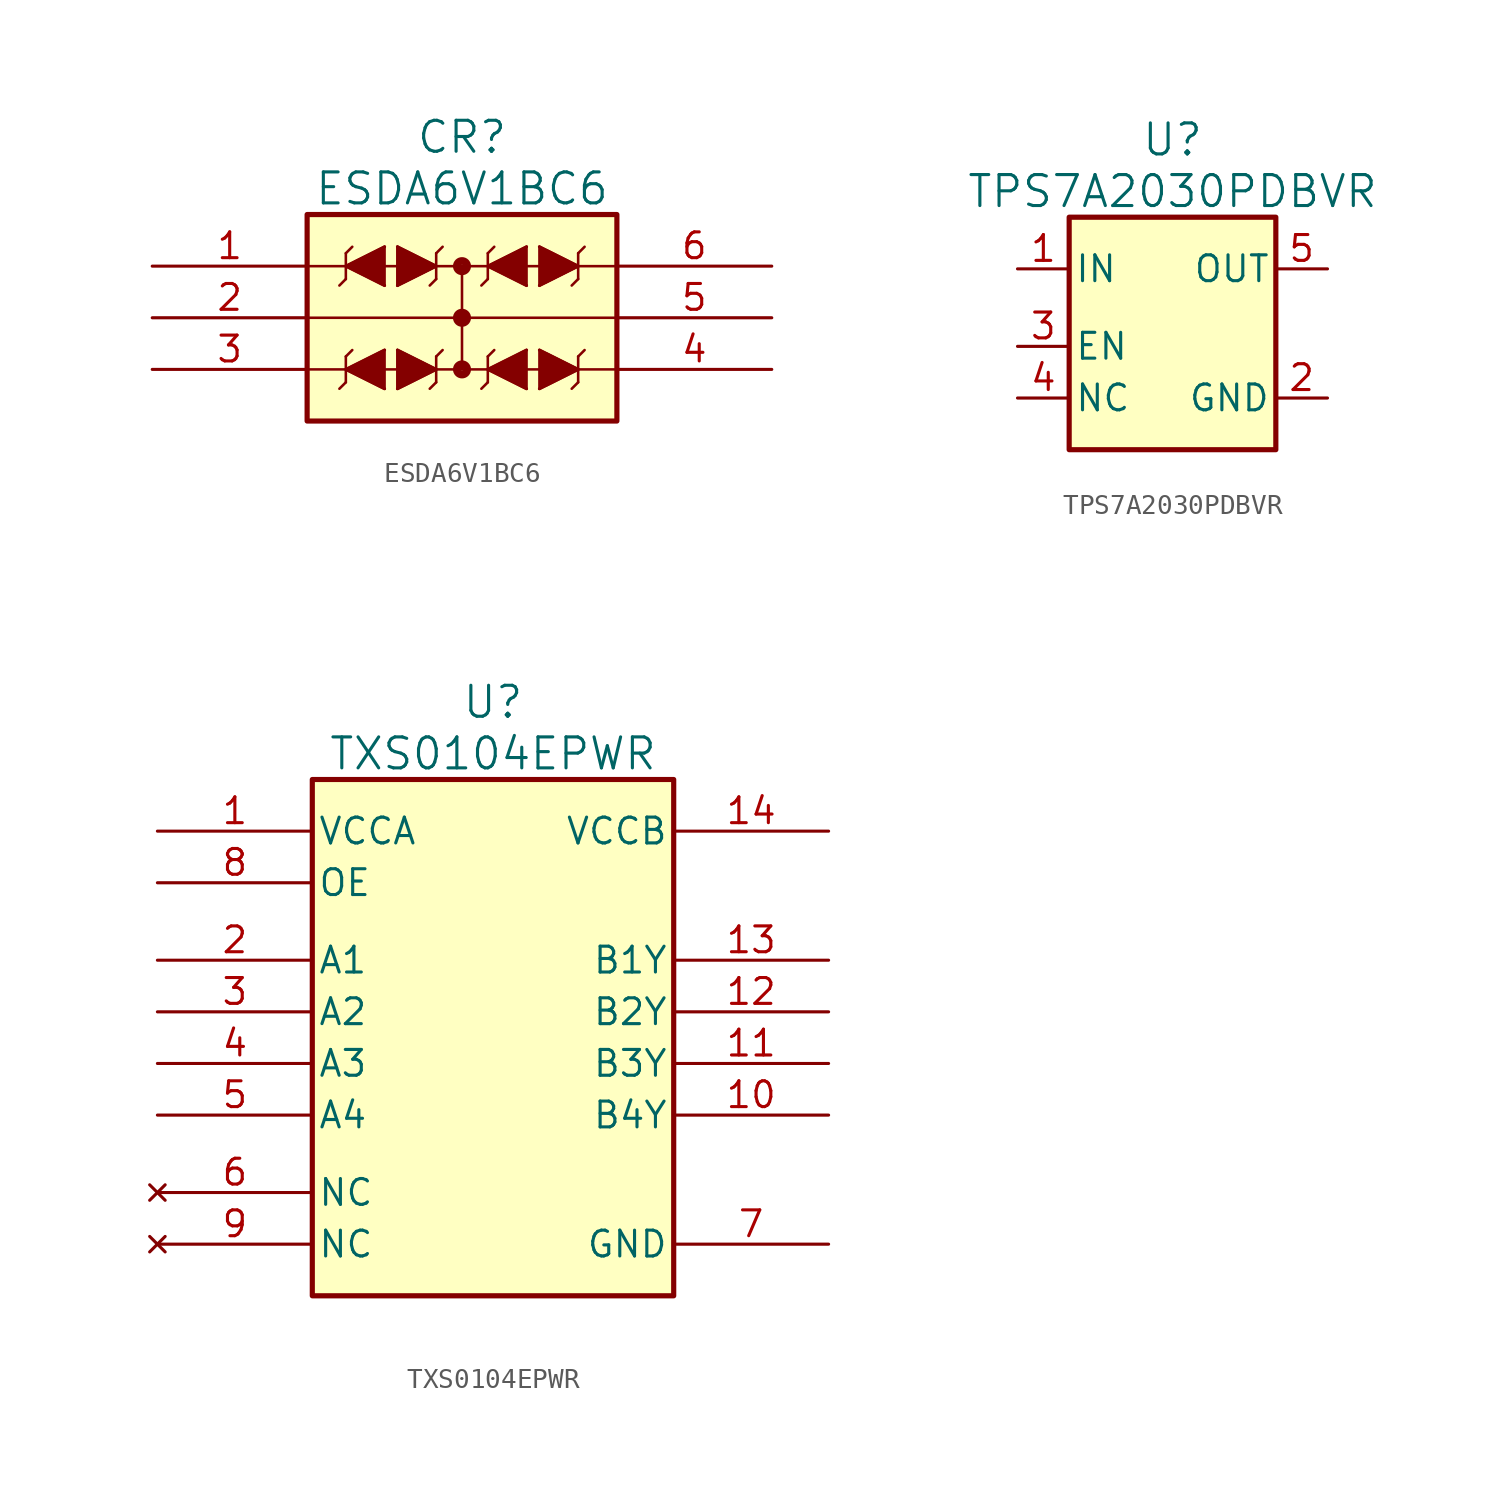
<source format=kicad_sym>
(kicad_symbol_lib
  (version 20220914)
  (generator kicad_symbol_editor)
  (symbol "ESDA6V1BC6"
    (pin_names
      (offset 0.254) hide)
    (property "Reference" "CR"
      (at 20.32 6.35 0)
      (effects (font (size 1.524 1.524))))
    (property "Value" "ESDA6V1BC6"
      (at 20.32 3.81 0)
      (effects (font (size 1.524 1.524))))
    (symbol "ESDA6V1BC6_0_1"
      (polyline (pts (xy 12.7 -5.08) (xy 27.94 -5.08)) (stroke (width 0.127) (type default)) (fill (type none)))
      (polyline (pts (xy 12.7 0) (xy 27.94 0)) (stroke (width 0.127) (type default)) (fill (type none)))
      (polyline (pts (xy 14.605 -5.715) (xy 14.287 -6.032)) (stroke (width 0.127) (type default)) (fill (type none)))
      (polyline (pts (xy 14.605 -5.08) (xy 16.51 -6.032)) (stroke (width 0.127) (type default)) (fill (type none)))
      (polyline (pts (xy 14.605 -4.445) (xy 14.605 -5.715)) (stroke (width 0.127) (type default)) (fill (type none)))
      (polyline (pts (xy 14.605 -4.445) (xy 14.922 -4.128)) (stroke (width 0.127) (type default)) (fill (type none)))
      (polyline (pts (xy 14.605 -0.635) (xy 14.287 -0.953)) (stroke (width 0.127) (type default)) (fill (type none)))
      (polyline (pts (xy 14.605 0) (xy 16.51 -0.953)) (stroke (width 0.127) (type default)) (fill (type none)))
      (polyline (pts (xy 14.605 0.635) (xy 14.605 -0.635)) (stroke (width 0.127) (type default)) (fill (type none)))
      (polyline (pts (xy 14.605 0.635) (xy 14.922 0.953)) (stroke (width 0.127) (type default)) (fill (type none)))
      (polyline (pts (xy 16.51 -6.032) (xy 16.51 -4.128)) (stroke (width 0.127) (type default)) (fill (type none)))
      (polyline (pts (xy 16.51 -4.128) (xy 14.605 -5.08)) (stroke (width 0.127) (type default)) (fill (type none)))
      (polyline (pts (xy 16.51 -0.953) (xy 16.51 0.953)) (stroke (width 0.127) (type default)) (fill (type none)))
      (polyline (pts (xy 16.51 0.953) (xy 14.605 0)) (stroke (width 0.127) (type default)) (fill (type none)))
      (polyline (pts (xy 17.145 -6.032) (xy 19.05 -5.08)) (stroke (width 0.127) (type default)) (fill (type none)))
      (polyline (pts (xy 17.145 -4.128) (xy 17.145 -6.032)) (stroke (width 0.127) (type default)) (fill (type none)))
      (polyline (pts (xy 17.145 -4.128) (xy 17.145 -6.032)) (stroke (width 0.127) (type default)) (fill (type none)))
      (polyline (pts (xy 17.145 -0.953) (xy 19.05 0)) (stroke (width 0.127) (type default)) (fill (type none)))
      (polyline (pts (xy 17.145 0.953) (xy 17.145 -0.953)) (stroke (width 0.127) (type default)) (fill (type none)))
      (polyline (pts (xy 17.145 0.953) (xy 17.145 -0.953)) (stroke (width 0.127) (type default)) (fill (type none)))
      (polyline (pts (xy 19.05 -5.715) (xy 18.733 -6.032)) (stroke (width 0.127) (type default)) (fill (type none)))
      (polyline (pts (xy 19.05 -5.715) (xy 19.05 -4.445)) (stroke (width 0.127) (type default)) (fill (type none)))
      (polyline (pts (xy 19.05 -5.08) (xy 17.145 -4.128)) (stroke (width 0.127) (type default)) (fill (type none)))
      (polyline (pts (xy 19.05 -4.445) (xy 19.367 -4.128)) (stroke (width 0.127) (type default)) (fill (type none)))
      (polyline (pts (xy 19.05 -0.635) (xy 18.733 -0.953)) (stroke (width 0.127) (type default)) (fill (type none)))
      (polyline (pts (xy 19.05 -0.635) (xy 19.05 0.635)) (stroke (width 0.127) (type default)) (fill (type none)))
      (polyline (pts (xy 19.05 0) (xy 17.145 0.953)) (stroke (width 0.127) (type default)) (fill (type none)))
      (polyline (pts (xy 19.05 0.635) (xy 19.367 0.953)) (stroke (width 0.127) (type default)) (fill (type none)))
      (polyline (pts (xy 20.32 0) (xy 20.32 -5.08)) (stroke (width 0.127) (type default)) (fill (type none)))
      (polyline (pts (xy 21.59 -5.715) (xy 21.273 -6.032)) (stroke (width 0.127) (type default)) (fill (type none)))
      (polyline (pts (xy 21.59 -5.08) (xy 23.495 -6.032)) (stroke (width 0.127) (type default)) (fill (type none)))
      (polyline (pts (xy 21.59 -4.445) (xy 21.59 -5.715)) (stroke (width 0.127) (type default)) (fill (type none)))
      (polyline (pts (xy 21.59 -4.445) (xy 21.907 -4.128)) (stroke (width 0.127) (type default)) (fill (type none)))
      (polyline (pts (xy 21.59 -0.635) (xy 21.273 -0.953)) (stroke (width 0.127) (type default)) (fill (type none)))
      (polyline (pts (xy 21.59 0) (xy 23.495 -0.953)) (stroke (width 0.127) (type default)) (fill (type none)))
      (polyline (pts (xy 21.59 0.635) (xy 21.59 -0.635)) (stroke (width 0.127) (type default)) (fill (type none)))
      (polyline (pts (xy 21.59 0.635) (xy 21.907 0.953)) (stroke (width 0.127) (type default)) (fill (type none)))
      (polyline (pts (xy 23.495 -6.032) (xy 23.495 -4.128)) (stroke (width 0.127) (type default)) (fill (type none)))
      (polyline (pts (xy 23.495 -4.128) (xy 21.59 -5.08)) (stroke (width 0.127) (type default)) (fill (type none)))
      (polyline (pts (xy 23.495 -0.953) (xy 23.495 0.953)) (stroke (width 0.127) (type default)) (fill (type none)))
      (polyline (pts (xy 23.495 0.953) (xy 21.59 0)) (stroke (width 0.127) (type default)) (fill (type none)))
      (polyline (pts (xy 24.13 -6.032) (xy 26.035 -5.08)) (stroke (width 0.127) (type default)) (fill (type none)))
      (polyline (pts (xy 24.13 -4.128) (xy 24.13 -6.032)) (stroke (width 0.127) (type default)) (fill (type none)))
      (polyline (pts (xy 24.13 -0.953) (xy 26.035 0)) (stroke (width 0.127) (type default)) (fill (type none)))
      (polyline (pts (xy 24.13 0.953) (xy 24.13 -0.953)) (stroke (width 0.127) (type default)) (fill (type none)))
      (polyline (pts (xy 26.035 -5.715) (xy 25.718 -6.032)) (stroke (width 0.127) (type default)) (fill (type none)))
      (polyline (pts (xy 26.035 -5.715) (xy 26.035 -4.445)) (stroke (width 0.127) (type default)) (fill (type none)))
      (polyline (pts (xy 26.035 -5.08) (xy 24.13 -4.128)) (stroke (width 0.127) (type default)) (fill (type none)))
      (polyline (pts (xy 26.035 -4.445) (xy 26.352 -4.128)) (stroke (width 0.127) (type default)) (fill (type none)))
      (polyline (pts (xy 26.035 -0.635) (xy 25.718 -0.953)) (stroke (width 0.127) (type default)) (fill (type none)))
      (polyline (pts (xy 26.035 -0.635) (xy 26.035 0.635)) (stroke (width 0.127) (type default)) (fill (type none)))
      (polyline (pts (xy 26.035 0) (xy 24.13 0.953)) (stroke (width 0.127) (type default)) (fill (type none)))
      (polyline (pts (xy 26.035 0.635) (xy 26.352 0.953)) (stroke (width 0.127) (type default)) (fill (type none)))
      (polyline (pts (xy 27.94 -2.54) (xy 12.7 -2.54)) (stroke (width 0.127) (type default)) (fill (type none)))
      (polyline (pts (xy 16.51 -6.032) (xy 14.605 -5.08) (xy 16.51 -4.128)) (stroke (width 0) (type default)) (fill (type outline)))
      (polyline (pts (xy 16.51 -0.953) (xy 14.605 0) (xy 16.51 0.953)) (stroke (width 0) (type default)) (fill (type outline)))
      (polyline (pts (xy 17.145 -4.128) (xy 19.05 -5.08) (xy 17.145 -6.032)) (stroke (width 0) (type default)) (fill (type outline)))
      (polyline (pts (xy 17.145 0.953) (xy 19.05 0) (xy 17.145 -0.953)) (stroke (width 0) (type default)) (fill (type outline)))
      (polyline (pts (xy 23.495 -6.032) (xy 21.59 -5.08) (xy 23.495 -4.128)) (stroke (width 0) (type default)) (fill (type outline)))
      (polyline (pts (xy 23.495 -0.953) (xy 21.59 0) (xy 23.495 0.953)) (stroke (width 0) (type default)) (fill (type outline)))
      (polyline (pts (xy 24.13 -4.128) (xy 26.035 -5.08) (xy 24.13 -6.032)) (stroke (width 0) (type default)) (fill (type outline)))
      (polyline (pts (xy 24.13 0.953) (xy 26.035 0) (xy 24.13 -0.953)) (stroke (width 0) (type default)) (fill (type outline)))
      (circle (center 20.32 -5.08) (radius 0.254) (stroke (width 0.381) (type default)) (fill (type none)))
      (circle (center 20.32 -2.54) (radius 0.254) (stroke (width 0.381) (type default)) (fill (type none)))
      (circle (center 20.32 0) (radius 0.254) (stroke (width 0.381) (type default)) (fill (type none)))
      (pin unspecified line (at 5.08 0 0) (length 7.62) (name "1" (effects (font (size 1.27 1.27)))) (number "1" (effects (font (size 1.27 1.27)))))
      (pin unspecified line (at 5.08 -2.54 0) (length 7.62) (name "2" (effects (font (size 1.27 1.27)))) (number "2" (effects (font (size 1.27 1.27)))))
      (pin unspecified line (at 5.08 -5.08 0) (length 7.62) (name "3" (effects (font (size 1.27 1.27)))) (number "3" (effects (font (size 1.27 1.27)))))
      (pin unspecified line (at 35.56 -5.08 180) (length 7.62) (name "4" (effects (font (size 1.27 1.27)))) (number "4" (effects (font (size 1.27 1.27)))))
      (pin unspecified line (at 35.56 -2.54 180) (length 7.62) (name "5" (effects (font (size 1.27 1.27)))) (number "5" (effects (font (size 1.27 1.27)))))
      (pin unspecified line (at 35.56 0 180) (length 7.62) (name "6" (effects (font (size 1.27 1.27)))) (number "6" (effects (font (size 1.27 1.27))))))
    (symbol "ESDA6V1BC6_1_1"
      (rectangle (start 12.7 2.54) (end 27.94 -7.62) (stroke (width 0.254) (type default)) (fill (type background)))))
  (symbol "TPS7A2030PDBVR"
    (pin_names
      (offset 0.254))
    (property "Reference" "U"
      (at 0 8.89 0)
      (effects (font (size 1.524 1.524))))
    (property "Value" "TPS7A2030PDBVR"
      (at 0 6.35 0)
      (effects (font (size 1.524 1.524))))
    (symbol "TPS7A2030PDBVR_1_1"
      (rectangle (start -5.08 5.08) (end 5.08 -6.35) (stroke (width 0.254) (type default)) (fill (type background)))
      (pin power_in line (at -7.62 2.54 0) (length 2.54) (name "IN" (effects (font (size 1.27 1.27)))) (number "1" (effects (font (size 1.27 1.27)))))
      (pin power_in line (at 7.62 -3.81 180) (length 2.54) (name "GND" (effects (font (size 1.27 1.27)))) (number "2" (effects (font (size 1.27 1.27)))))
      (pin input line (at -7.62 -1.27 0) (length 2.54) (name "EN" (effects (font (size 1.27 1.27)))) (number "3" (effects (font (size 1.27 1.27)))))
      (pin unspecified line (at -7.62 -3.81 0) (length 2.54) (name "NC" (effects (font (size 1.27 1.27)))) (number "4" (effects (font (size 1.27 1.27)))))
      (pin unspecified line (at 7.62 2.54 180) (length 2.54) (name "OUT" (effects (font (size 1.27 1.27)))) (number "5" (effects (font (size 1.27 1.27)))))))
  (symbol "TXS0104EPWR"
    (pin_names
      (offset 0.254))
    (property "Reference" "U"
      (at 0 16.51 0)
      (effects (font (size 1.524 1.524))))
    (property "Value" "TXS0104EPWR"
      (at 0 13.97 0)
      (effects (font (size 1.524 1.524))))
    (symbol "TXS0104EPWR_0_1"
      (pin power_in line (at -16.51 10.16 0) (length 7.62) (name "VCCA" (effects (font (size 1.27 1.27)))) (number "1" (effects (font (size 1.27 1.27)))))
      (pin bidirectional line (at 16.51 -3.81 180) (length 7.62) (name "B4Y" (effects (font (size 1.27 1.27)))) (number "10" (effects (font (size 1.27 1.27)))))
      (pin bidirectional line (at 16.51 -1.27 180) (length 7.62) (name "B3Y" (effects (font (size 1.27 1.27)))) (number "11" (effects (font (size 1.27 1.27)))))
      (pin bidirectional line (at 16.51 1.27 180) (length 7.62) (name "B2Y" (effects (font (size 1.27 1.27)))) (number "12" (effects (font (size 1.27 1.27)))))
      (pin bidirectional line (at 16.51 3.81 180) (length 7.62) (name "B1Y" (effects (font (size 1.27 1.27)))) (number "13" (effects (font (size 1.27 1.27)))))
      (pin power_in line (at 16.51 10.16 180) (length 7.62) (name "VCCB" (effects (font (size 1.27 1.27)))) (number "14" (effects (font (size 1.27 1.27)))))
      (pin bidirectional line (at -16.51 3.81 0) (length 7.62) (name "A1" (effects (font (size 1.27 1.27)))) (number "2" (effects (font (size 1.27 1.27)))))
      (pin bidirectional line (at -16.51 1.27 0) (length 7.62) (name "A2" (effects (font (size 1.27 1.27)))) (number "3" (effects (font (size 1.27 1.27)))))
      (pin bidirectional line (at -16.51 -1.27 0) (length 7.62) (name "A3" (effects (font (size 1.27 1.27)))) (number "4" (effects (font (size 1.27 1.27)))))
      (pin bidirectional line (at -16.51 -3.81 0) (length 7.62) (name "A4" (effects (font (size 1.27 1.27)))) (number "5" (effects (font (size 1.27 1.27)))))
      (pin no_connect line (at -16.51 -7.62 0) (length 7.62) (name "NC" (effects (font (size 1.27 1.27)))) (number "6" (effects (font (size 1.27 1.27)))))
      (pin power_out line (at 16.51 -10.16 180) (length 7.62) (name "GND" (effects (font (size 1.27 1.27)))) (number "7" (effects (font (size 1.27 1.27)))))
      (pin unspecified line (at -16.51 7.62 0) (length 7.62) (name "OE" (effects (font (size 1.27 1.27)))) (number "8" (effects (font (size 1.27 1.27)))))
      (pin no_connect line (at -16.51 -10.16 0) (length 7.62) (name "NC" (effects (font (size 1.27 1.27)))) (number "9" (effects (font (size 1.27 1.27))))))
    (symbol "TXS0104EPWR_1_1"
      (rectangle (start -8.89 12.7) (end 8.89 -12.7) (stroke (width 0.254) (type default)) (fill (type background))))))
</source>
